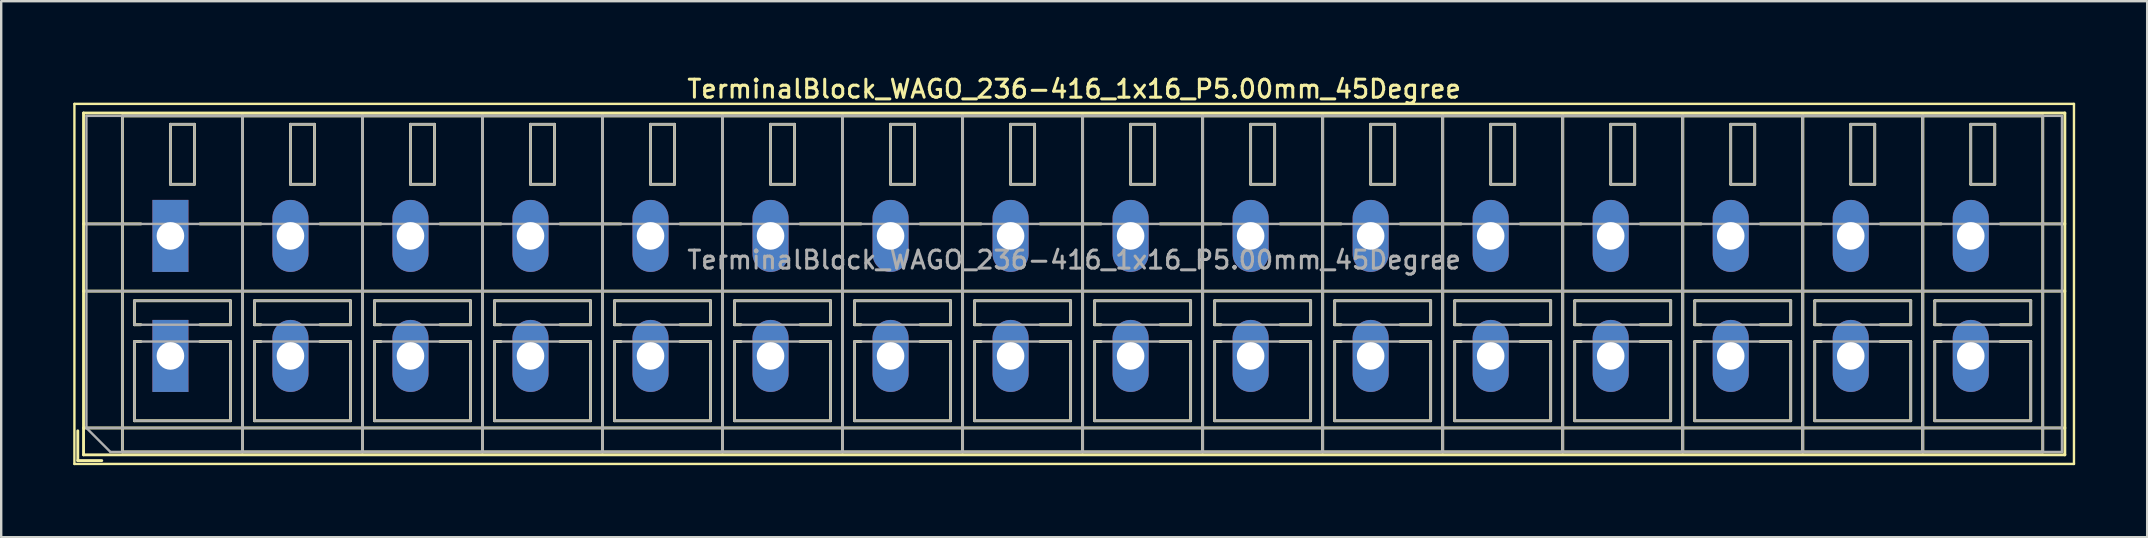
<source format=kicad_pcb>
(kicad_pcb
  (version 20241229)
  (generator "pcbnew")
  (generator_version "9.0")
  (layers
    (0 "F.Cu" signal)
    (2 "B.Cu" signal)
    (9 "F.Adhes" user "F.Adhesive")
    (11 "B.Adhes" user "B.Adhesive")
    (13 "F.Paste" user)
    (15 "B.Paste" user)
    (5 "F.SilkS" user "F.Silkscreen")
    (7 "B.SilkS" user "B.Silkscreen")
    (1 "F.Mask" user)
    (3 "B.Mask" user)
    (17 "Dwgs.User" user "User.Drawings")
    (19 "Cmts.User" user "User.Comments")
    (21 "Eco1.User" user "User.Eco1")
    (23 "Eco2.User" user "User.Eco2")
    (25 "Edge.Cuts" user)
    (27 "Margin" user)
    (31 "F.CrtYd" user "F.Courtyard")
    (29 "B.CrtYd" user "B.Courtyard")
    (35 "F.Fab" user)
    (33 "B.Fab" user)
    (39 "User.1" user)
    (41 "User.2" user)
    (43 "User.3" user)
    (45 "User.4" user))
  (footprint "TerminalBlock_WAGO_236-416_1x16_P5.00mm_45Degree"
    (layer "F.Cu")
    (at 4.05 6.778)
    (property "Reference" "TerminalBlock_WAGO_236-416_1x16_P5.00mm_45Degree" (at 37.65 -6.12 0) (layer "F.SilkS") (effects (font (size 0.75 0.75) (thickness 0.125))))
    (attr through_hole)
    (fp_line (start -4 -5.5) (end -4 9.5) (stroke (width 0.1) (type solid)) (layer "F.SilkS"))
    (fp_line (start -4 9.5) (end 79.3 9.5) (stroke (width 0.1) (type solid)) (layer "F.SilkS"))
    (fp_line (start -3.86 8.12) (end -3.86 9.36) (stroke (width 0.12) (type solid)) (layer "F.SilkS"))
    (fp_line (start -3.86 9.36) (end -2.86 9.36) (stroke (width 0.12) (type solid)) (layer "F.SilkS"))
    (fp_line (start -3.62 -5.12) (end -3.62 9.12) (stroke (width 0.12) (type solid)) (layer "F.SilkS"))
    (fp_line (start -3.62 -5.12) (end 78.92 -5.12) (stroke (width 0.12) (type solid)) (layer "F.SilkS"))
    (fp_line (start -3.62 -0.5) (end -1.23 -0.5) (stroke (width 0.12) (type solid)) (layer "F.SilkS"))
    (fp_line (start -3.62 2.3) (end 78.92 2.3) (stroke (width 0.12) (type solid)) (layer "F.SilkS"))
    (fp_line (start -3.62 8) (end 78.92 8) (stroke (width 0.12) (type solid)) (layer "F.SilkS"))
    (fp_line (start -3.62 9.12) (end 78.92 9.12) (stroke (width 0.12) (type solid)) (layer "F.SilkS"))
    (fp_line (start -2 -5) (end -2 9) (stroke (width 0.12) (type solid)) (layer "F.SilkS"))
    (fp_line (start -2 -5) (end 3 -5) (stroke (width 0.12) (type solid)) (layer "F.SilkS"))
    (fp_line (start -2 9) (end 3 9) (stroke (width 0.12) (type solid)) (layer "F.SilkS"))
    (fp_line (start -1.5 2.7) (end -1.5 3.7) (stroke (width 0.12) (type solid)) (layer "F.SilkS"))
    (fp_line (start -1.5 2.7) (end 2.5 2.7) (stroke (width 0.12) (type solid)) (layer "F.SilkS"))
    (fp_line (start -1.5 3.7) (end -1.23 3.7) (stroke (width 0.12) (type solid)) (layer "F.SilkS"))
    (fp_line (start -1.5 4.4) (end -1.5 7.7) (stroke (width 0.12) (type solid)) (layer "F.SilkS"))
    (fp_line (start -1.5 4.4) (end -1.23 4.4) (stroke (width 0.12) (type solid)) (layer "F.SilkS"))
    (fp_line (start -1.5 7.7) (end 2.5 7.7) (stroke (width 0.12) (type solid)) (layer "F.SilkS"))
    (fp_line (start 0 -4.65) (end 0 -2.151) (stroke (width 0.12) (type solid)) (layer "F.SilkS"))
    (fp_line (start 0 -4.65) (end 1 -4.65) (stroke (width 0.12) (type solid)) (layer "F.SilkS"))
    (fp_line (start 0 -2.151) (end 1 -2.151) (stroke (width 0.12) (type solid)) (layer "F.SilkS"))
    (fp_line (start 1 -4.65) (end 1 -2.151) (stroke (width 0.12) (type solid)) (layer "F.SilkS"))
    (fp_line (start 1.23 -0.5) (end 3.77 -0.5) (stroke (width 0.12) (type solid)) (layer "F.SilkS"))
    (fp_line (start 1.23 3.7) (end 2.5 3.7) (stroke (width 0.12) (type solid)) (layer "F.SilkS"))
    (fp_line (start 1.23 4.4) (end 2.5 4.4) (stroke (width 0.12) (type solid)) (layer "F.SilkS"))
    (fp_line (start 2.5 2.7) (end 2.5 3.7) (stroke (width 0.12) (type solid)) (layer "F.SilkS"))
    (fp_line (start 2.5 4.4) (end 2.5 7.7) (stroke (width 0.12) (type solid)) (layer "F.SilkS"))
    (fp_line (start 3 -5) (end 3 9) (stroke (width 0.12) (type solid)) (layer "F.SilkS"))
    (fp_line (start 3 -5) (end 3 9) (stroke (width 0.12) (type solid)) (layer "F.SilkS"))
    (fp_line (start 3 -5) (end 8 -5) (stroke (width 0.12) (type solid)) (layer "F.SilkS"))
    (fp_line (start 3 9) (end 8 9) (stroke (width 0.12) (type solid)) (layer "F.SilkS"))
    (fp_line (start 3.5 2.7) (end 3.5 3.7) (stroke (width 0.12) (type solid)) (layer "F.SilkS"))
    (fp_line (start 3.5 2.7) (end 7.5 2.7) (stroke (width 0.12) (type solid)) (layer "F.SilkS"))
    (fp_line (start 3.5 3.7) (end 3.77 3.7) (stroke (width 0.12) (type solid)) (layer "F.SilkS"))
    (fp_line (start 3.5 4.4) (end 3.5 7.7) (stroke (width 0.12) (type solid)) (layer "F.SilkS"))
    (fp_line (start 3.5 4.4) (end 3.77 4.4) (stroke (width 0.12) (type solid)) (layer "F.SilkS"))
    (fp_line (start 3.5 7.7) (end 7.5 7.7) (stroke (width 0.12) (type solid)) (layer "F.SilkS"))
    (fp_line (start 5 -4.65) (end 5 -2.151) (stroke (width 0.12) (type solid)) (layer "F.SilkS"))
    (fp_line (start 5 -4.65) (end 6 -4.65) (stroke (width 0.12) (type solid)) (layer "F.SilkS"))
    (fp_line (start 5 -2.151) (end 6 -2.151) (stroke (width 0.12) (type solid)) (layer "F.SilkS"))
    (fp_line (start 6 -4.65) (end 6 -2.151) (stroke (width 0.12) (type solid)) (layer "F.SilkS"))
    (fp_line (start 6.23 -0.5) (end 8.77 -0.5) (stroke (width 0.12) (type solid)) (layer "F.SilkS"))
    (fp_line (start 6.23 3.7) (end 7.5 3.7) (stroke (width 0.12) (type solid)) (layer "F.SilkS"))
    (fp_line (start 6.23 4.4) (end 7.5 4.4) (stroke (width 0.12) (type solid)) (layer "F.SilkS"))
    (fp_line (start 7.5 2.7) (end 7.5 3.7) (stroke (width 0.12) (type solid)) (layer "F.SilkS"))
    (fp_line (start 7.5 4.4) (end 7.5 7.7) (stroke (width 0.12) (type solid)) (layer "F.SilkS"))
    (fp_line (start 8 -5) (end 8 9) (stroke (width 0.12) (type solid)) (layer "F.SilkS"))
    (fp_line (start 8 -5) (end 8 9) (stroke (width 0.12) (type solid)) (layer "F.SilkS"))
    (fp_line (start 8 -5) (end 13 -5) (stroke (width 0.12) (type solid)) (layer "F.SilkS"))
    (fp_line (start 8 9) (end 13 9) (stroke (width 0.12) (type solid)) (layer "F.SilkS"))
    (fp_line (start 8.5 2.7) (end 8.5 3.7) (stroke (width 0.12) (type solid)) (layer "F.SilkS"))
    (fp_line (start 8.5 2.7) (end 12.5 2.7) (stroke (width 0.12) (type solid)) (layer "F.SilkS"))
    (fp_line (start 8.5 3.7) (end 8.77 3.7) (stroke (width 0.12) (type solid)) (layer "F.SilkS"))
    (fp_line (start 8.5 4.4) (end 8.5 7.7) (stroke (width 0.12) (type solid)) (layer "F.SilkS"))
    (fp_line (start 8.5 4.4) (end 8.77 4.4) (stroke (width 0.12) (type solid)) (layer "F.SilkS"))
    (fp_line (start 8.5 7.7) (end 12.5 7.7) (stroke (width 0.12) (type solid)) (layer "F.SilkS"))
    (fp_line (start 10 -4.65) (end 10 -2.151) (stroke (width 0.12) (type solid)) (layer "F.SilkS"))
    (fp_line (start 10 -4.65) (end 11 -4.65) (stroke (width 0.12) (type solid)) (layer "F.SilkS"))
    (fp_line (start 10 -2.151) (end 11 -2.151) (stroke (width 0.12) (type solid)) (layer "F.SilkS"))
    (fp_line (start 11 -4.65) (end 11 -2.151) (stroke (width 0.12) (type solid)) (layer "F.SilkS"))
    (fp_line (start 11.23 -0.5) (end 13.77 -0.5) (stroke (width 0.12) (type solid)) (layer "F.SilkS"))
    (fp_line (start 11.23 3.7) (end 12.5 3.7) (stroke (width 0.12) (type solid)) (layer "F.SilkS"))
    (fp_line (start 11.23 4.4) (end 12.5 4.4) (stroke (width 0.12) (type solid)) (layer "F.SilkS"))
    (fp_line (start 12.5 2.7) (end 12.5 3.7) (stroke (width 0.12) (type solid)) (layer "F.SilkS"))
    (fp_line (start 12.5 4.4) (end 12.5 7.7) (stroke (width 0.12) (type solid)) (layer "F.SilkS"))
    (fp_line (start 13 -5) (end 13 9) (stroke (width 0.12) (type solid)) (layer "F.SilkS"))
    (fp_line (start 13 -5) (end 13 9) (stroke (width 0.12) (type solid)) (layer "F.SilkS"))
    (fp_line (start 13 -5) (end 18 -5) (stroke (width 0.12) (type solid)) (layer "F.SilkS"))
    (fp_line (start 13 9) (end 18 9) (stroke (width 0.12) (type solid)) (layer "F.SilkS"))
    (fp_line (start 13.5 2.7) (end 13.5 3.7) (stroke (width 0.12) (type solid)) (layer "F.SilkS"))
    (fp_line (start 13.5 2.7) (end 17.5 2.7) (stroke (width 0.12) (type solid)) (layer "F.SilkS"))
    (fp_line (start 13.5 3.7) (end 13.77 3.7) (stroke (width 0.12) (type solid)) (layer "F.SilkS"))
    (fp_line (start 13.5 4.4) (end 13.5 7.7) (stroke (width 0.12) (type solid)) (layer "F.SilkS"))
    (fp_line (start 13.5 4.4) (end 13.77 4.4) (stroke (width 0.12) (type solid)) (layer "F.SilkS"))
    (fp_line (start 13.5 7.7) (end 17.5 7.7) (stroke (width 0.12) (type solid)) (layer "F.SilkS"))
    (fp_line (start 15 -4.65) (end 15 -2.151) (stroke (width 0.12) (type solid)) (layer "F.SilkS"))
    (fp_line (start 15 -4.65) (end 16 -4.65) (stroke (width 0.12) (type solid)) (layer "F.SilkS"))
    (fp_line (start 15 -2.151) (end 16 -2.151) (stroke (width 0.12) (type solid)) (layer "F.SilkS"))
    (fp_line (start 16 -4.65) (end 16 -2.151) (stroke (width 0.12) (type solid)) (layer "F.SilkS"))
    (fp_line (start 16.23 -0.5) (end 18.77 -0.5) (stroke (width 0.12) (type solid)) (layer "F.SilkS"))
    (fp_line (start 16.23 3.7) (end 17.5 3.7) (stroke (width 0.12) (type solid)) (layer "F.SilkS"))
    (fp_line (start 16.23 4.4) (end 17.5 4.4) (stroke (width 0.12) (type solid)) (layer "F.SilkS"))
    (fp_line (start 17.5 2.7) (end 17.5 3.7) (stroke (width 0.12) (type solid)) (layer "F.SilkS"))
    (fp_line (start 17.5 4.4) (end 17.5 7.7) (stroke (width 0.12) (type solid)) (layer "F.SilkS"))
    (fp_line (start 18 -5) (end 18 9) (stroke (width 0.12) (type solid)) (layer "F.SilkS"))
    (fp_line (start 18 -5) (end 18 9) (stroke (width 0.12) (type solid)) (layer "F.SilkS"))
    (fp_line (start 18 -5) (end 23 -5) (stroke (width 0.12) (type solid)) (layer "F.SilkS"))
    (fp_line (start 18 9) (end 23 9) (stroke (width 0.12) (type solid)) (layer "F.SilkS"))
    (fp_line (start 18.5 2.7) (end 18.5 3.7) (stroke (width 0.12) (type solid)) (layer "F.SilkS"))
    (fp_line (start 18.5 2.7) (end 22.5 2.7) (stroke (width 0.12) (type solid)) (layer "F.SilkS"))
    (fp_line (start 18.5 3.7) (end 18.77 3.7) (stroke (width 0.12) (type solid)) (layer "F.SilkS"))
    (fp_line (start 18.5 4.4) (end 18.5 7.7) (stroke (width 0.12) (type solid)) (layer "F.SilkS"))
    (fp_line (start 18.5 4.4) (end 18.77 4.4) (stroke (width 0.12) (type solid)) (layer "F.SilkS"))
    (fp_line (start 18.5 7.7) (end 22.5 7.7) (stroke (width 0.12) (type solid)) (layer "F.SilkS"))
    (fp_line (start 20 -4.65) (end 20 -2.151) (stroke (width 0.12) (type solid)) (layer "F.SilkS"))
    (fp_line (start 20 -4.65) (end 21 -4.65) (stroke (width 0.12) (type solid)) (layer "F.SilkS"))
    (fp_line (start 20 -2.151) (end 21 -2.151) (stroke (width 0.12) (type solid)) (layer "F.SilkS"))
    (fp_line (start 21 -4.65) (end 21 -2.151) (stroke (width 0.12) (type solid)) (layer "F.SilkS"))
    (fp_line (start 21.23 -0.5) (end 23.77 -0.5) (stroke (width 0.12) (type solid)) (layer "F.SilkS"))
    (fp_line (start 21.23 3.7) (end 22.5 3.7) (stroke (width 0.12) (type solid)) (layer "F.SilkS"))
    (fp_line (start 21.23 4.4) (end 22.5 4.4) (stroke (width 0.12) (type solid)) (layer "F.SilkS"))
    (fp_line (start 22.5 2.7) (end 22.5 3.7) (stroke (width 0.12) (type solid)) (layer "F.SilkS"))
    (fp_line (start 22.5 4.4) (end 22.5 7.7) (stroke (width 0.12) (type solid)) (layer "F.SilkS"))
    (fp_line (start 23 -5) (end 23 9) (stroke (width 0.12) (type solid)) (layer "F.SilkS"))
    (fp_line (start 23 -5) (end 23 9) (stroke (width 0.12) (type solid)) (layer "F.SilkS"))
    (fp_line (start 23 -5) (end 28 -5) (stroke (width 0.12) (type solid)) (layer "F.SilkS"))
    (fp_line (start 23 9) (end 28 9) (stroke (width 0.12) (type solid)) (layer "F.SilkS"))
    (fp_line (start 23.5 2.7) (end 23.5 3.7) (stroke (width 0.12) (type solid)) (layer "F.SilkS"))
    (fp_line (start 23.5 2.7) (end 27.5 2.7) (stroke (width 0.12) (type solid)) (layer "F.SilkS"))
    (fp_line (start 23.5 3.7) (end 23.77 3.7) (stroke (width 0.12) (type solid)) (layer "F.SilkS"))
    (fp_line (start 23.5 4.4) (end 23.5 7.7) (stroke (width 0.12) (type solid)) (layer "F.SilkS"))
    (fp_line (start 23.5 4.4) (end 23.77 4.4) (stroke (width 0.12) (type solid)) (layer "F.SilkS"))
    (fp_line (start 23.5 7.7) (end 27.5 7.7) (stroke (width 0.12) (type solid)) (layer "F.SilkS"))
    (fp_line (start 25 -4.65) (end 25 -2.151) (stroke (width 0.12) (type solid)) (layer "F.SilkS"))
    (fp_line (start 25 -4.65) (end 26 -4.65) (stroke (width 0.12) (type solid)) (layer "F.SilkS"))
    (fp_line (start 25 -2.151) (end 26 -2.151) (stroke (width 0.12) (type solid)) (layer "F.SilkS"))
    (fp_line (start 26 -4.65) (end 26 -2.151) (stroke (width 0.12) (type solid)) (layer "F.SilkS"))
    (fp_line (start 26.23 -0.5) (end 28.77 -0.5) (stroke (width 0.12) (type solid)) (layer "F.SilkS"))
    (fp_line (start 26.23 3.7) (end 27.5 3.7) (stroke (width 0.12) (type solid)) (layer "F.SilkS"))
    (fp_line (start 26.23 4.4) (end 27.5 4.4) (stroke (width 0.12) (type solid)) (layer "F.SilkS"))
    (fp_line (start 27.5 2.7) (end 27.5 3.7) (stroke (width 0.12) (type solid)) (layer "F.SilkS"))
    (fp_line (start 27.5 4.4) (end 27.5 7.7) (stroke (width 0.12) (type solid)) (layer "F.SilkS"))
    (fp_line (start 28 -5) (end 28 9) (stroke (width 0.12) (type solid)) (layer "F.SilkS"))
    (fp_line (start 28 -5) (end 28 9) (stroke (width 0.12) (type solid)) (layer "F.SilkS"))
    (fp_line (start 28 -5) (end 33 -5) (stroke (width 0.12) (type solid)) (layer "F.SilkS"))
    (fp_line (start 28 9) (end 33 9) (stroke (width 0.12) (type solid)) (layer "F.SilkS"))
    (fp_line (start 28.5 2.7) (end 28.5 3.7) (stroke (width 0.12) (type solid)) (layer "F.SilkS"))
    (fp_line (start 28.5 2.7) (end 32.5 2.7) (stroke (width 0.12) (type solid)) (layer "F.SilkS"))
    (fp_line (start 28.5 3.7) (end 28.77 3.7) (stroke (width 0.12) (type solid)) (layer "F.SilkS"))
    (fp_line (start 28.5 4.4) (end 28.5 7.7) (stroke (width 0.12) (type solid)) (layer "F.SilkS"))
    (fp_line (start 28.5 4.4) (end 28.77 4.4) (stroke (width 0.12) (type solid)) (layer "F.SilkS"))
    (fp_line (start 28.5 7.7) (end 32.5 7.7) (stroke (width 0.12) (type solid)) (layer "F.SilkS"))
    (fp_line (start 30 -4.65) (end 30 -2.151) (stroke (width 0.12) (type solid)) (layer "F.SilkS"))
    (fp_line (start 30 -4.65) (end 31 -4.65) (stroke (width 0.12) (type solid)) (layer "F.SilkS"))
    (fp_line (start 30 -2.151) (end 31 -2.151) (stroke (width 0.12) (type solid)) (layer "F.SilkS"))
    (fp_line (start 31 -4.65) (end 31 -2.151) (stroke (width 0.12) (type solid)) (layer "F.SilkS"))
    (fp_line (start 31.23 -0.5) (end 33.77 -0.5) (stroke (width 0.12) (type solid)) (layer "F.SilkS"))
    (fp_line (start 31.23 3.7) (end 32.5 3.7) (stroke (width 0.12) (type solid)) (layer "F.SilkS"))
    (fp_line (start 31.23 4.4) (end 32.5 4.4) (stroke (width 0.12) (type solid)) (layer "F.SilkS"))
    (fp_line (start 32.5 2.7) (end 32.5 3.7) (stroke (width 0.12) (type solid)) (layer "F.SilkS"))
    (fp_line (start 32.5 4.4) (end 32.5 7.7) (stroke (width 0.12) (type solid)) (layer "F.SilkS"))
    (fp_line (start 33 -5) (end 33 9) (stroke (width 0.12) (type solid)) (layer "F.SilkS"))
    (fp_line (start 33 -5) (end 33 9) (stroke (width 0.12) (type solid)) (layer "F.SilkS"))
    (fp_line (start 33 -5) (end 38 -5) (stroke (width 0.12) (type solid)) (layer "F.SilkS"))
    (fp_line (start 33 9) (end 38 9) (stroke (width 0.12) (type solid)) (layer "F.SilkS"))
    (fp_line (start 33.5 2.7) (end 33.5 3.7) (stroke (width 0.12) (type solid)) (layer "F.SilkS"))
    (fp_line (start 33.5 2.7) (end 37.5 2.7) (stroke (width 0.12) (type solid)) (layer "F.SilkS"))
    (fp_line (start 33.5 3.7) (end 33.77 3.7) (stroke (width 0.12) (type solid)) (layer "F.SilkS"))
    (fp_line (start 33.5 4.4) (end 33.5 7.7) (stroke (width 0.12) (type solid)) (layer "F.SilkS"))
    (fp_line (start 33.5 4.4) (end 33.77 4.4) (stroke (width 0.12) (type solid)) (layer "F.SilkS"))
    (fp_line (start 33.5 7.7) (end 37.5 7.7) (stroke (width 0.12) (type solid)) (layer "F.SilkS"))
    (fp_line (start 35 -4.65) (end 35 -2.151) (stroke (width 0.12) (type solid)) (layer "F.SilkS"))
    (fp_line (start 35 -4.65) (end 36 -4.65) (stroke (width 0.12) (type solid)) (layer "F.SilkS"))
    (fp_line (start 35 -2.151) (end 36 -2.151) (stroke (width 0.12) (type solid)) (layer "F.SilkS"))
    (fp_line (start 36 -4.65) (end 36 -2.151) (stroke (width 0.12) (type solid)) (layer "F.SilkS"))
    (fp_line (start 36.23 -0.5) (end 38.77 -0.5) (stroke (width 0.12) (type solid)) (layer "F.SilkS"))
    (fp_line (start 36.23 3.7) (end 37.5 3.7) (stroke (width 0.12) (type solid)) (layer "F.SilkS"))
    (fp_line (start 36.23 4.4) (end 37.5 4.4) (stroke (width 0.12) (type solid)) (layer "F.SilkS"))
    (fp_line (start 37.5 2.7) (end 37.5 3.7) (stroke (width 0.12) (type solid)) (layer "F.SilkS"))
    (fp_line (start 37.5 4.4) (end 37.5 7.7) (stroke (width 0.12) (type solid)) (layer "F.SilkS"))
    (fp_line (start 38 -5) (end 38 9) (stroke (width 0.12) (type solid)) (layer "F.SilkS"))
    (fp_line (start 38 -5) (end 38 9) (stroke (width 0.12) (type solid)) (layer "F.SilkS"))
    (fp_line (start 38 -5) (end 43 -5) (stroke (width 0.12) (type solid)) (layer "F.SilkS"))
    (fp_line (start 38 9) (end 43 9) (stroke (width 0.12) (type solid)) (layer "F.SilkS"))
    (fp_line (start 38.5 2.7) (end 38.5 3.7) (stroke (width 0.12) (type solid)) (layer "F.SilkS"))
    (fp_line (start 38.5 2.7) (end 42.5 2.7) (stroke (width 0.12) (type solid)) (layer "F.SilkS"))
    (fp_line (start 38.5 3.7) (end 38.77 3.7) (stroke (width 0.12) (type solid)) (layer "F.SilkS"))
    (fp_line (start 38.5 4.4) (end 38.5 7.7) (stroke (width 0.12) (type solid)) (layer "F.SilkS"))
    (fp_line (start 38.5 4.4) (end 38.77 4.4) (stroke (width 0.12) (type solid)) (layer "F.SilkS"))
    (fp_line (start 38.5 7.7) (end 42.5 7.7) (stroke (width 0.12) (type solid)) (layer "F.SilkS"))
    (fp_line (start 40 -4.65) (end 40 -2.151) (stroke (width 0.12) (type solid)) (layer "F.SilkS"))
    (fp_line (start 40 -4.65) (end 41 -4.65) (stroke (width 0.12) (type solid)) (layer "F.SilkS"))
    (fp_line (start 40 -2.151) (end 41 -2.151) (stroke (width 0.12) (type solid)) (layer "F.SilkS"))
    (fp_line (start 41 -4.65) (end 41 -2.151) (stroke (width 0.12) (type solid)) (layer "F.SilkS"))
    (fp_line (start 41.23 -0.5) (end 43.77 -0.5) (stroke (width 0.12) (type solid)) (layer "F.SilkS"))
    (fp_line (start 41.23 3.7) (end 42.5 3.7) (stroke (width 0.12) (type solid)) (layer "F.SilkS"))
    (fp_line (start 41.23 4.4) (end 42.5 4.4) (stroke (width 0.12) (type solid)) (layer "F.SilkS"))
    (fp_line (start 42.5 2.7) (end 42.5 3.7) (stroke (width 0.12) (type solid)) (layer "F.SilkS"))
    (fp_line (start 42.5 4.4) (end 42.5 7.7) (stroke (width 0.12) (type solid)) (layer "F.SilkS"))
    (fp_line (start 43 -5) (end 43 9) (stroke (width 0.12) (type solid)) (layer "F.SilkS"))
    (fp_line (start 43 -5) (end 43 9) (stroke (width 0.12) (type solid)) (layer "F.SilkS"))
    (fp_line (start 43 -5) (end 48 -5) (stroke (width 0.12) (type solid)) (layer "F.SilkS"))
    (fp_line (start 43 9) (end 48 9) (stroke (width 0.12) (type solid)) (layer "F.SilkS"))
    (fp_line (start 43.5 2.7) (end 43.5 3.7) (stroke (width 0.12) (type solid)) (layer "F.SilkS"))
    (fp_line (start 43.5 2.7) (end 47.5 2.7) (stroke (width 0.12) (type solid)) (layer "F.SilkS"))
    (fp_line (start 43.5 3.7) (end 43.77 3.7) (stroke (width 0.12) (type solid)) (layer "F.SilkS"))
    (fp_line (start 43.5 4.4) (end 43.5 7.7) (stroke (width 0.12) (type solid)) (layer "F.SilkS"))
    (fp_line (start 43.5 4.4) (end 43.77 4.4) (stroke (width 0.12) (type solid)) (layer "F.SilkS"))
    (fp_line (start 43.5 7.7) (end 47.5 7.7) (stroke (width 0.12) (type solid)) (layer "F.SilkS"))
    (fp_line (start 45 -4.65) (end 45 -2.151) (stroke (width 0.12) (type solid)) (layer "F.SilkS"))
    (fp_line (start 45 -4.65) (end 46 -4.65) (stroke (width 0.12) (type solid)) (layer "F.SilkS"))
    (fp_line (start 45 -2.151) (end 46 -2.151) (stroke (width 0.12) (type solid)) (layer "F.SilkS"))
    (fp_line (start 46 -4.65) (end 46 -2.151) (stroke (width 0.12) (type solid)) (layer "F.SilkS"))
    (fp_line (start 46.23 -0.5) (end 48.77 -0.5) (stroke (width 0.12) (type solid)) (layer "F.SilkS"))
    (fp_line (start 46.23 3.7) (end 47.5 3.7) (stroke (width 0.12) (type solid)) (layer "F.SilkS"))
    (fp_line (start 46.23 4.4) (end 47.5 4.4) (stroke (width 0.12) (type solid)) (layer "F.SilkS"))
    (fp_line (start 47.5 2.7) (end 47.5 3.7) (stroke (width 0.12) (type solid)) (layer "F.SilkS"))
    (fp_line (start 47.5 4.4) (end 47.5 7.7) (stroke (width 0.12) (type solid)) (layer "F.SilkS"))
    (fp_line (start 48 -5) (end 48 9) (stroke (width 0.12) (type solid)) (layer "F.SilkS"))
    (fp_line (start 48 -5) (end 48 9) (stroke (width 0.12) (type solid)) (layer "F.SilkS"))
    (fp_line (start 48 -5) (end 53 -5) (stroke (width 0.12) (type solid)) (layer "F.SilkS"))
    (fp_line (start 48 9) (end 53 9) (stroke (width 0.12) (type solid)) (layer "F.SilkS"))
    (fp_line (start 48.5 2.7) (end 48.5 3.7) (stroke (width 0.12) (type solid)) (layer "F.SilkS"))
    (fp_line (start 48.5 2.7) (end 52.5 2.7) (stroke (width 0.12) (type solid)) (layer "F.SilkS"))
    (fp_line (start 48.5 3.7) (end 48.77 3.7) (stroke (width 0.12) (type solid)) (layer "F.SilkS"))
    (fp_line (start 48.5 4.4) (end 48.5 7.7) (stroke (width 0.12) (type solid)) (layer "F.SilkS"))
    (fp_line (start 48.5 4.4) (end 48.77 4.4) (stroke (width 0.12) (type solid)) (layer "F.SilkS"))
    (fp_line (start 48.5 7.7) (end 52.5 7.7) (stroke (width 0.12) (type solid)) (layer "F.SilkS"))
    (fp_line (start 50 -4.65) (end 50 -2.151) (stroke (width 0.12) (type solid)) (layer "F.SilkS"))
    (fp_line (start 50 -4.65) (end 51 -4.65) (stroke (width 0.12) (type solid)) (layer "F.SilkS"))
    (fp_line (start 50 -2.151) (end 51 -2.151) (stroke (width 0.12) (type solid)) (layer "F.SilkS"))
    (fp_line (start 51 -4.65) (end 51 -2.151) (stroke (width 0.12) (type solid)) (layer "F.SilkS"))
    (fp_line (start 51.23 -0.5) (end 53.77 -0.5) (stroke (width 0.12) (type solid)) (layer "F.SilkS"))
    (fp_line (start 51.23 3.7) (end 52.5 3.7) (stroke (width 0.12) (type solid)) (layer "F.SilkS"))
    (fp_line (start 51.23 4.4) (end 52.5 4.4) (stroke (width 0.12) (type solid)) (layer "F.SilkS"))
    (fp_line (start 52.5 2.7) (end 52.5 3.7) (stroke (width 0.12) (type solid)) (layer "F.SilkS"))
    (fp_line (start 52.5 4.4) (end 52.5 7.7) (stroke (width 0.12) (type solid)) (layer "F.SilkS"))
    (fp_line (start 53 -5) (end 53 9) (stroke (width 0.12) (type solid)) (layer "F.SilkS"))
    (fp_line (start 53 -5) (end 53 9) (stroke (width 0.12) (type solid)) (layer "F.SilkS"))
    (fp_line (start 53 -5) (end 58 -5) (stroke (width 0.12) (type solid)) (layer "F.SilkS"))
    (fp_line (start 53 9) (end 58 9) (stroke (width 0.12) (type solid)) (layer "F.SilkS"))
    (fp_line (start 53.5 2.7) (end 53.5 3.7) (stroke (width 0.12) (type solid)) (layer "F.SilkS"))
    (fp_line (start 53.5 2.7) (end 57.5 2.7) (stroke (width 0.12) (type solid)) (layer "F.SilkS"))
    (fp_line (start 53.5 3.7) (end 53.77 3.7) (stroke (width 0.12) (type solid)) (layer "F.SilkS"))
    (fp_line (start 53.5 4.4) (end 53.5 7.7) (stroke (width 0.12) (type solid)) (layer "F.SilkS"))
    (fp_line (start 53.5 4.4) (end 53.77 4.4) (stroke (width 0.12) (type solid)) (layer "F.SilkS"))
    (fp_line (start 53.5 7.7) (end 57.5 7.7) (stroke (width 0.12) (type solid)) (layer "F.SilkS"))
    (fp_line (start 55 -4.65) (end 55 -2.151) (stroke (width 0.12) (type solid)) (layer "F.SilkS"))
    (fp_line (start 55 -4.65) (end 56 -4.65) (stroke (width 0.12) (type solid)) (layer "F.SilkS"))
    (fp_line (start 55 -2.151) (end 56 -2.151) (stroke (width 0.12) (type solid)) (layer "F.SilkS"))
    (fp_line (start 56 -4.65) (end 56 -2.151) (stroke (width 0.12) (type solid)) (layer "F.SilkS"))
    (fp_line (start 56.23 -0.5) (end 58.77 -0.5) (stroke (width 0.12) (type solid)) (layer "F.SilkS"))
    (fp_line (start 56.23 3.7) (end 57.5 3.7) (stroke (width 0.12) (type solid)) (layer "F.SilkS"))
    (fp_line (start 56.23 4.4) (end 57.5 4.4) (stroke (width 0.12) (type solid)) (layer "F.SilkS"))
    (fp_line (start 57.5 2.7) (end 57.5 3.7) (stroke (width 0.12) (type solid)) (layer "F.SilkS"))
    (fp_line (start 57.5 4.4) (end 57.5 7.7) (stroke (width 0.12) (type solid)) (layer "F.SilkS"))
    (fp_line (start 58 -5) (end 58 9) (stroke (width 0.12) (type solid)) (layer "F.SilkS"))
    (fp_line (start 58 -5) (end 58 9) (stroke (width 0.12) (type solid)) (layer "F.SilkS"))
    (fp_line (start 58 -5) (end 63 -5) (stroke (width 0.12) (type solid)) (layer "F.SilkS"))
    (fp_line (start 58 9) (end 63 9) (stroke (width 0.12) (type solid)) (layer "F.SilkS"))
    (fp_line (start 58.5 2.7) (end 58.5 3.7) (stroke (width 0.12) (type solid)) (layer "F.SilkS"))
    (fp_line (start 58.5 2.7) (end 62.5 2.7) (stroke (width 0.12) (type solid)) (layer "F.SilkS"))
    (fp_line (start 58.5 3.7) (end 58.77 3.7) (stroke (width 0.12) (type solid)) (layer "F.SilkS"))
    (fp_line (start 58.5 4.4) (end 58.5 7.7) (stroke (width 0.12) (type solid)) (layer "F.SilkS"))
    (fp_line (start 58.5 4.4) (end 58.77 4.4) (stroke (width 0.12) (type solid)) (layer "F.SilkS"))
    (fp_line (start 58.5 7.7) (end 62.5 7.7) (stroke (width 0.12) (type solid)) (layer "F.SilkS"))
    (fp_line (start 60 -4.65) (end 60 -2.151) (stroke (width 0.12) (type solid)) (layer "F.SilkS"))
    (fp_line (start 60 -4.65) (end 61 -4.65) (stroke (width 0.12) (type solid)) (layer "F.SilkS"))
    (fp_line (start 60 -2.151) (end 61 -2.151) (stroke (width 0.12) (type solid)) (layer "F.SilkS"))
    (fp_line (start 61 -4.65) (end 61 -2.151) (stroke (width 0.12) (type solid)) (layer "F.SilkS"))
    (fp_line (start 61.23 -0.5) (end 63.77 -0.5) (stroke (width 0.12) (type solid)) (layer "F.SilkS"))
    (fp_line (start 61.23 3.7) (end 62.5 3.7) (stroke (width 0.12) (type solid)) (layer "F.SilkS"))
    (fp_line (start 61.23 4.4) (end 62.5 4.4) (stroke (width 0.12) (type solid)) (layer "F.SilkS"))
    (fp_line (start 62.5 2.7) (end 62.5 3.7) (stroke (width 0.12) (type solid)) (layer "F.SilkS"))
    (fp_line (start 62.5 4.4) (end 62.5 7.7) (stroke (width 0.12) (type solid)) (layer "F.SilkS"))
    (fp_line (start 63 -5) (end 63 9) (stroke (width 0.12) (type solid)) (layer "F.SilkS"))
    (fp_line (start 63 -5) (end 63 9) (stroke (width 0.12) (type solid)) (layer "F.SilkS"))
    (fp_line (start 63 -5) (end 68 -5) (stroke (width 0.12) (type solid)) (layer "F.SilkS"))
    (fp_line (start 63 9) (end 68 9) (stroke (width 0.12) (type solid)) (layer "F.SilkS"))
    (fp_line (start 63.5 2.7) (end 63.5 3.7) (stroke (width 0.12) (type solid)) (layer "F.SilkS"))
    (fp_line (start 63.5 2.7) (end 67.5 2.7) (stroke (width 0.12) (type solid)) (layer "F.SilkS"))
    (fp_line (start 63.5 3.7) (end 63.77 3.7) (stroke (width 0.12) (type solid)) (layer "F.SilkS"))
    (fp_line (start 63.5 4.4) (end 63.5 7.7) (stroke (width 0.12) (type solid)) (layer "F.SilkS"))
    (fp_line (start 63.5 4.4) (end 63.77 4.4) (stroke (width 0.12) (type solid)) (layer "F.SilkS"))
    (fp_line (start 63.5 7.7) (end 67.5 7.7) (stroke (width 0.12) (type solid)) (layer "F.SilkS"))
    (fp_line (start 65 -4.65) (end 65 -2.151) (stroke (width 0.12) (type solid)) (layer "F.SilkS"))
    (fp_line (start 65 -4.65) (end 66 -4.65) (stroke (width 0.12) (type solid)) (layer "F.SilkS"))
    (fp_line (start 65 -2.151) (end 66 -2.151) (stroke (width 0.12) (type solid)) (layer "F.SilkS"))
    (fp_line (start 66 -4.65) (end 66 -2.151) (stroke (width 0.12) (type solid)) (layer "F.SilkS"))
    (fp_line (start 66.23 -0.5) (end 68.77 -0.5) (stroke (width 0.12) (type solid)) (layer "F.SilkS"))
    (fp_line (start 66.23 3.7) (end 67.5 3.7) (stroke (width 0.12) (type solid)) (layer "F.SilkS"))
    (fp_line (start 66.23 4.4) (end 67.5 4.4) (stroke (width 0.12) (type solid)) (layer "F.SilkS"))
    (fp_line (start 67.5 2.7) (end 67.5 3.7) (stroke (width 0.12) (type solid)) (layer "F.SilkS"))
    (fp_line (start 67.5 4.4) (end 67.5 7.7) (stroke (width 0.12) (type solid)) (layer "F.SilkS"))
    (fp_line (start 68 -5) (end 68 9) (stroke (width 0.12) (type solid)) (layer "F.SilkS"))
    (fp_line (start 68 -5) (end 68 9) (stroke (width 0.12) (type solid)) (layer "F.SilkS"))
    (fp_line (start 68 -5) (end 73 -5) (stroke (width 0.12) (type solid)) (layer "F.SilkS"))
    (fp_line (start 68 9) (end 73 9) (stroke (width 0.12) (type solid)) (layer "F.SilkS"))
    (fp_line (start 68.5 2.7) (end 68.5 3.7) (stroke (width 0.12) (type solid)) (layer "F.SilkS"))
    (fp_line (start 68.5 2.7) (end 72.5 2.7) (stroke (width 0.12) (type solid)) (layer "F.SilkS"))
    (fp_line (start 68.5 3.7) (end 68.77 3.7) (stroke (width 0.12) (type solid)) (layer "F.SilkS"))
    (fp_line (start 68.5 4.4) (end 68.5 7.7) (stroke (width 0.12) (type solid)) (layer "F.SilkS"))
    (fp_line (start 68.5 4.4) (end 68.77 4.4) (stroke (width 0.12) (type solid)) (layer "F.SilkS"))
    (fp_line (start 68.5 7.7) (end 72.5 7.7) (stroke (width 0.12) (type solid)) (layer "F.SilkS"))
    (fp_line (start 70 -4.65) (end 70 -2.151) (stroke (width 0.12) (type solid)) (layer "F.SilkS"))
    (fp_line (start 70 -4.65) (end 71 -4.65) (stroke (width 0.12) (type solid)) (layer "F.SilkS"))
    (fp_line (start 70 -2.151) (end 71 -2.151) (stroke (width 0.12) (type solid)) (layer "F.SilkS"))
    (fp_line (start 71 -4.65) (end 71 -2.151) (stroke (width 0.12) (type solid)) (layer "F.SilkS"))
    (fp_line (start 71.23 -0.5) (end 73.77 -0.5) (stroke (width 0.12) (type solid)) (layer "F.SilkS"))
    (fp_line (start 71.23 3.7) (end 72.5 3.7) (stroke (width 0.12) (type solid)) (layer "F.SilkS"))
    (fp_line (start 71.23 4.4) (end 72.5 4.4) (stroke (width 0.12) (type solid)) (layer "F.SilkS"))
    (fp_line (start 72.5 2.7) (end 72.5 3.7) (stroke (width 0.12) (type solid)) (layer "F.SilkS"))
    (fp_line (start 72.5 4.4) (end 72.5 7.7) (stroke (width 0.12) (type solid)) (layer "F.SilkS"))
    (fp_line (start 73 -5) (end 73 9) (stroke (width 0.12) (type solid)) (layer "F.SilkS"))
    (fp_line (start 73 -5) (end 73 9) (stroke (width 0.12) (type solid)) (layer "F.SilkS"))
    (fp_line (start 73 -5) (end 78 -5) (stroke (width 0.12) (type solid)) (layer "F.SilkS"))
    (fp_line (start 73 9) (end 78 9) (stroke (width 0.12) (type solid)) (layer "F.SilkS"))
    (fp_line (start 73.5 2.7) (end 73.5 3.7) (stroke (width 0.12) (type solid)) (layer "F.SilkS"))
    (fp_line (start 73.5 2.7) (end 77.5 2.7) (stroke (width 0.12) (type solid)) (layer "F.SilkS"))
    (fp_line (start 73.5 3.7) (end 73.77 3.7) (stroke (width 0.12) (type solid)) (layer "F.SilkS"))
    (fp_line (start 73.5 4.4) (end 73.5 7.7) (stroke (width 0.12) (type solid)) (layer "F.SilkS"))
    (fp_line (start 73.5 4.4) (end 73.77 4.4) (stroke (width 0.12) (type solid)) (layer "F.SilkS"))
    (fp_line (start 73.5 7.7) (end 77.5 7.7) (stroke (width 0.12) (type solid)) (layer "F.SilkS"))
    (fp_line (start 75 -4.65) (end 75 -2.151) (stroke (width 0.12) (type solid)) (layer "F.SilkS"))
    (fp_line (start 75 -4.65) (end 76 -4.65) (stroke (width 0.12) (type solid)) (layer "F.SilkS"))
    (fp_line (start 75 -2.151) (end 76 -2.151) (stroke (width 0.12) (type solid)) (layer "F.SilkS"))
    (fp_line (start 76 -4.65) (end 76 -2.151) (stroke (width 0.12) (type solid)) (layer "F.SilkS"))
    (fp_line (start 76.23 -0.5) (end 78.92 -0.5) (stroke (width 0.12) (type solid)) (layer "F.SilkS"))
    (fp_line (start 76.23 3.7) (end 77.5 3.7) (stroke (width 0.12) (type solid)) (layer "F.SilkS"))
    (fp_line (start 76.23 4.4) (end 77.5 4.4) (stroke (width 0.12) (type solid)) (layer "F.SilkS"))
    (fp_line (start 77.5 2.7) (end 77.5 3.7) (stroke (width 0.12) (type solid)) (layer "F.SilkS"))
    (fp_line (start 77.5 4.4) (end 77.5 7.7) (stroke (width 0.12) (type solid)) (layer "F.SilkS"))
    (fp_line (start 78 -5) (end 78 9) (stroke (width 0.12) (type solid)) (layer "F.SilkS"))
    (fp_line (start 78.92 -5.12) (end 78.92 9.12) (stroke (width 0.12) (type solid)) (layer "F.SilkS"))
    (fp_line (start 79.3 -5.5) (end -4 -5.5) (stroke (width 0.1) (type solid)) (layer "F.SilkS"))
    (fp_line (start 79.3 9.5) (end 79.3 -5.5) (stroke (width 0.1) (type solid)) (layer "F.SilkS"))
    (fp_line (start -3.5 -5) (end 78.8 -5) (stroke (width 0.1) (type solid)) (layer "F.Fab"))
    (fp_line (start -3.5 -0.5) (end 78.8 -0.5) (stroke (width 0.1) (type solid)) (layer "F.Fab"))
    (fp_line (start -3.5 2.3) (end 78.8 2.3) (stroke (width 0.1) (type solid)) (layer "F.Fab"))
    (fp_line (start -3.5 8) (end -3.5 -5) (stroke (width 0.1) (type solid)) (layer "F.Fab"))
    (fp_line (start -3.5 8) (end 78.8 8) (stroke (width 0.1) (type solid)) (layer "F.Fab"))
    (fp_line (start -2.5 9) (end -3.5 8) (stroke (width 0.1) (type solid)) (layer "F.Fab"))
    (fp_line (start -2 -5) (end -2 9) (stroke (width 0.1) (type solid)) (layer "F.Fab"))
    (fp_line (start -2 9) (end 3 9) (stroke (width 0.1) (type solid)) (layer "F.Fab"))
    (fp_line (start -1.5 2.7) (end -1.5 3.7) (stroke (width 0.1) (type solid)) (layer "F.Fab"))
    (fp_line (start -1.5 3.7) (end 2.5 3.7) (stroke (width 0.1) (type solid)) (layer "F.Fab"))
    (fp_line (start -1.5 4.4) (end -1.5 7.7) (stroke (width 0.1) (type solid)) (layer "F.Fab"))
    (fp_line (start -1.5 7.7) (end 2.5 7.7) (stroke (width 0.1) (type solid)) (layer "F.Fab"))
    (fp_line (start 0 -4.65) (end 0 -2.15) (stroke (width 0.1) (type solid)) (layer "F.Fab"))
    (fp_line (start 0 -2.15) (end 1 -2.15) (stroke (width 0.1) (type solid)) (layer "F.Fab"))
    (fp_line (start 1 -4.65) (end 0 -4.65) (stroke (width 0.1) (type solid)) (layer "F.Fab"))
    (fp_line (start 1 -2.15) (end 1 -4.65) (stroke (width 0.1) (type solid)) (layer "F.Fab"))
    (fp_line (start 2.5 2.7) (end -1.5 2.7) (stroke (width 0.1) (type solid)) (layer "F.Fab"))
    (fp_line (start 2.5 3.7) (end 2.5 2.7) (stroke (width 0.1) (type solid)) (layer "F.Fab"))
    (fp_line (start 2.5 4.4) (end -1.5 4.4) (stroke (width 0.1) (type solid)) (layer "F.Fab"))
    (fp_line (start 2.5 7.7) (end 2.5 4.4) (stroke (width 0.1) (type solid)) (layer "F.Fab"))
    (fp_line (start 3 -5) (end -2 -5) (stroke (width 0.1) (type solid)) (layer "F.Fab"))
    (fp_line (start 3 -5) (end 3 9) (stroke (width 0.1) (type solid)) (layer "F.Fab"))
    (fp_line (start 3 9) (end 3 -5) (stroke (width 0.1) (type solid)) (layer "F.Fab"))
    (fp_line (start 3 9) (end 8 9) (stroke (width 0.1) (type solid)) (layer "F.Fab"))
    (fp_line (start 3.5 2.7) (end 3.5 3.7) (stroke (width 0.1) (type solid)) (layer "F.Fab"))
    (fp_line (start 3.5 3.7) (end 7.5 3.7) (stroke (width 0.1) (type solid)) (layer "F.Fab"))
    (fp_line (start 3.5 4.4) (end 3.5 7.7) (stroke (width 0.1) (type solid)) (layer "F.Fab"))
    (fp_line (start 3.5 7.7) (end 7.5 7.7) (stroke (width 0.1) (type solid)) (layer "F.Fab"))
    (fp_line (start 5 -4.65) (end 5 -2.15) (stroke (width 0.1) (type solid)) (layer "F.Fab"))
    (fp_line (start 5 -2.15) (end 6 -2.15) (stroke (width 0.1) (type solid)) (layer "F.Fab"))
    (fp_line (start 6 -4.65) (end 5 -4.65) (stroke (width 0.1) (type solid)) (layer "F.Fab"))
    (fp_line (start 6 -2.15) (end 6 -4.65) (stroke (width 0.1) (type solid)) (layer "F.Fab"))
    (fp_line (start 7.5 2.7) (end 3.5 2.7) (stroke (width 0.1) (type solid)) (layer "F.Fab"))
    (fp_line (start 7.5 3.7) (end 7.5 2.7) (stroke (width 0.1) (type solid)) (layer "F.Fab"))
    (fp_line (start 7.5 4.4) (end 3.5 4.4) (stroke (width 0.1) (type solid)) (layer "F.Fab"))
    (fp_line (start 7.5 7.7) (end 7.5 4.4) (stroke (width 0.1) (type solid)) (layer "F.Fab"))
    (fp_line (start 8 -5) (end 3 -5) (stroke (width 0.1) (type solid)) (layer "F.Fab"))
    (fp_line (start 8 -5) (end 8 9) (stroke (width 0.1) (type solid)) (layer "F.Fab"))
    (fp_line (start 8 9) (end 8 -5) (stroke (width 0.1) (type solid)) (layer "F.Fab"))
    (fp_line (start 8 9) (end 13 9) (stroke (width 0.1) (type solid)) (layer "F.Fab"))
    (fp_line (start 8.5 2.7) (end 8.5 3.7) (stroke (width 0.1) (type solid)) (layer "F.Fab"))
    (fp_line (start 8.5 3.7) (end 12.5 3.7) (stroke (width 0.1) (type solid)) (layer "F.Fab"))
    (fp_line (start 8.5 4.4) (end 8.5 7.7) (stroke (width 0.1) (type solid)) (layer "F.Fab"))
    (fp_line (start 8.5 7.7) (end 12.5 7.7) (stroke (width 0.1) (type solid)) (layer "F.Fab"))
    (fp_line (start 10 -4.65) (end 10 -2.15) (stroke (width 0.1) (type solid)) (layer "F.Fab"))
    (fp_line (start 10 -2.15) (end 11 -2.15) (stroke (width 0.1) (type solid)) (layer "F.Fab"))
    (fp_line (start 11 -4.65) (end 10 -4.65) (stroke (width 0.1) (type solid)) (layer "F.Fab"))
    (fp_line (start 11 -2.15) (end 11 -4.65) (stroke (width 0.1) (type solid)) (layer "F.Fab"))
    (fp_line (start 12.5 2.7) (end 8.5 2.7) (stroke (width 0.1) (type solid)) (layer "F.Fab"))
    (fp_line (start 12.5 3.7) (end 12.5 2.7) (stroke (width 0.1) (type solid)) (layer "F.Fab"))
    (fp_line (start 12.5 4.4) (end 8.5 4.4) (stroke (width 0.1) (type solid)) (layer "F.Fab"))
    (fp_line (start 12.5 7.7) (end 12.5 4.4) (stroke (width 0.1) (type solid)) (layer "F.Fab"))
    (fp_line (start 13 -5) (end 8 -5) (stroke (width 0.1) (type solid)) (layer "F.Fab"))
    (fp_line (start 13 -5) (end 13 9) (stroke (width 0.1) (type solid)) (layer "F.Fab"))
    (fp_line (start 13 9) (end 13 -5) (stroke (width 0.1) (type solid)) (layer "F.Fab"))
    (fp_line (start 13 9) (end 18 9) (stroke (width 0.1) (type solid)) (layer "F.Fab"))
    (fp_line (start 13.5 2.7) (end 13.5 3.7) (stroke (width 0.1) (type solid)) (layer "F.Fab"))
    (fp_line (start 13.5 3.7) (end 17.5 3.7) (stroke (width 0.1) (type solid)) (layer "F.Fab"))
    (fp_line (start 13.5 4.4) (end 13.5 7.7) (stroke (width 0.1) (type solid)) (layer "F.Fab"))
    (fp_line (start 13.5 7.7) (end 17.5 7.7) (stroke (width 0.1) (type solid)) (layer "F.Fab"))
    (fp_line (start 15 -4.65) (end 15 -2.15) (stroke (width 0.1) (type solid)) (layer "F.Fab"))
    (fp_line (start 15 -2.15) (end 16 -2.15) (stroke (width 0.1) (type solid)) (layer "F.Fab"))
    (fp_line (start 16 -4.65) (end 15 -4.65) (stroke (width 0.1) (type solid)) (layer "F.Fab"))
    (fp_line (start 16 -2.15) (end 16 -4.65) (stroke (width 0.1) (type solid)) (layer "F.Fab"))
    (fp_line (start 17.5 2.7) (end 13.5 2.7) (stroke (width 0.1) (type solid)) (layer "F.Fab"))
    (fp_line (start 17.5 3.7) (end 17.5 2.7) (stroke (width 0.1) (type solid)) (layer "F.Fab"))
    (fp_line (start 17.5 4.4) (end 13.5 4.4) (stroke (width 0.1) (type solid)) (layer "F.Fab"))
    (fp_line (start 17.5 7.7) (end 17.5 4.4) (stroke (width 0.1) (type solid)) (layer "F.Fab"))
    (fp_line (start 18 -5) (end 13 -5) (stroke (width 0.1) (type solid)) (layer "F.Fab"))
    (fp_line (start 18 -5) (end 18 9) (stroke (width 0.1) (type solid)) (layer "F.Fab"))
    (fp_line (start 18 9) (end 18 -5) (stroke (width 0.1) (type solid)) (layer "F.Fab"))
    (fp_line (start 18 9) (end 23 9) (stroke (width 0.1) (type solid)) (layer "F.Fab"))
    (fp_line (start 18.5 2.7) (end 18.5 3.7) (stroke (width 0.1) (type solid)) (layer "F.Fab"))
    (fp_line (start 18.5 3.7) (end 22.5 3.7) (stroke (width 0.1) (type solid)) (layer "F.Fab"))
    (fp_line (start 18.5 4.4) (end 18.5 7.7) (stroke (width 0.1) (type solid)) (layer "F.Fab"))
    (fp_line (start 18.5 7.7) (end 22.5 7.7) (stroke (width 0.1) (type solid)) (layer "F.Fab"))
    (fp_line (start 20 -4.65) (end 20 -2.15) (stroke (width 0.1) (type solid)) (layer "F.Fab"))
    (fp_line (start 20 -2.15) (end 21 -2.15) (stroke (width 0.1) (type solid)) (layer "F.Fab"))
    (fp_line (start 21 -4.65) (end 20 -4.65) (stroke (width 0.1) (type solid)) (layer "F.Fab"))
    (fp_line (start 21 -2.15) (end 21 -4.65) (stroke (width 0.1) (type solid)) (layer "F.Fab"))
    (fp_line (start 22.5 2.7) (end 18.5 2.7) (stroke (width 0.1) (type solid)) (layer "F.Fab"))
    (fp_line (start 22.5 3.7) (end 22.5 2.7) (stroke (width 0.1) (type solid)) (layer "F.Fab"))
    (fp_line (start 22.5 4.4) (end 18.5 4.4) (stroke (width 0.1) (type solid)) (layer "F.Fab"))
    (fp_line (start 22.5 7.7) (end 22.5 4.4) (stroke (width 0.1) (type solid)) (layer "F.Fab"))
    (fp_line (start 23 -5) (end 18 -5) (stroke (width 0.1) (type solid)) (layer "F.Fab"))
    (fp_line (start 23 -5) (end 23 9) (stroke (width 0.1) (type solid)) (layer "F.Fab"))
    (fp_line (start 23 9) (end 23 -5) (stroke (width 0.1) (type solid)) (layer "F.Fab"))
    (fp_line (start 23 9) (end 28 9) (stroke (width 0.1) (type solid)) (layer "F.Fab"))
    (fp_line (start 23.5 2.7) (end 23.5 3.7) (stroke (width 0.1) (type solid)) (layer "F.Fab"))
    (fp_line (start 23.5 3.7) (end 27.5 3.7) (stroke (width 0.1) (type solid)) (layer "F.Fab"))
    (fp_line (start 23.5 4.4) (end 23.5 7.7) (stroke (width 0.1) (type solid)) (layer "F.Fab"))
    (fp_line (start 23.5 7.7) (end 27.5 7.7) (stroke (width 0.1) (type solid)) (layer "F.Fab"))
    (fp_line (start 25 -4.65) (end 25 -2.15) (stroke (width 0.1) (type solid)) (layer "F.Fab"))
    (fp_line (start 25 -2.15) (end 26 -2.15) (stroke (width 0.1) (type solid)) (layer "F.Fab"))
    (fp_line (start 26 -4.65) (end 25 -4.65) (stroke (width 0.1) (type solid)) (layer "F.Fab"))
    (fp_line (start 26 -2.15) (end 26 -4.65) (stroke (width 0.1) (type solid)) (layer "F.Fab"))
    (fp_line (start 27.5 2.7) (end 23.5 2.7) (stroke (width 0.1) (type solid)) (layer "F.Fab"))
    (fp_line (start 27.5 3.7) (end 27.5 2.7) (stroke (width 0.1) (type solid)) (layer "F.Fab"))
    (fp_line (start 27.5 4.4) (end 23.5 4.4) (stroke (width 0.1) (type solid)) (layer "F.Fab"))
    (fp_line (start 27.5 7.7) (end 27.5 4.4) (stroke (width 0.1) (type solid)) (layer "F.Fab"))
    (fp_line (start 28 -5) (end 23 -5) (stroke (width 0.1) (type solid)) (layer "F.Fab"))
    (fp_line (start 28 -5) (end 28 9) (stroke (width 0.1) (type solid)) (layer "F.Fab"))
    (fp_line (start 28 9) (end 28 -5) (stroke (width 0.1) (type solid)) (layer "F.Fab"))
    (fp_line (start 28 9) (end 33 9) (stroke (width 0.1) (type solid)) (layer "F.Fab"))
    (fp_line (start 28.5 2.7) (end 28.5 3.7) (stroke (width 0.1) (type solid)) (layer "F.Fab"))
    (fp_line (start 28.5 3.7) (end 32.5 3.7) (stroke (width 0.1) (type solid)) (layer "F.Fab"))
    (fp_line (start 28.5 4.4) (end 28.5 7.7) (stroke (width 0.1) (type solid)) (layer "F.Fab"))
    (fp_line (start 28.5 7.7) (end 32.5 7.7) (stroke (width 0.1) (type solid)) (layer "F.Fab"))
    (fp_line (start 30 -4.65) (end 30 -2.15) (stroke (width 0.1) (type solid)) (layer "F.Fab"))
    (fp_line (start 30 -2.15) (end 31 -2.15) (stroke (width 0.1) (type solid)) (layer "F.Fab"))
    (fp_line (start 31 -4.65) (end 30 -4.65) (stroke (width 0.1) (type solid)) (layer "F.Fab"))
    (fp_line (start 31 -2.15) (end 31 -4.65) (stroke (width 0.1) (type solid)) (layer "F.Fab"))
    (fp_line (start 32.5 2.7) (end 28.5 2.7) (stroke (width 0.1) (type solid)) (layer "F.Fab"))
    (fp_line (start 32.5 3.7) (end 32.5 2.7) (stroke (width 0.1) (type solid)) (layer "F.Fab"))
    (fp_line (start 32.5 4.4) (end 28.5 4.4) (stroke (width 0.1) (type solid)) (layer "F.Fab"))
    (fp_line (start 32.5 7.7) (end 32.5 4.4) (stroke (width 0.1) (type solid)) (layer "F.Fab"))
    (fp_line (start 33 -5) (end 28 -5) (stroke (width 0.1) (type solid)) (layer "F.Fab"))
    (fp_line (start 33 -5) (end 33 9) (stroke (width 0.1) (type solid)) (layer "F.Fab"))
    (fp_line (start 33 9) (end 33 -5) (stroke (width 0.1) (type solid)) (layer "F.Fab"))
    (fp_line (start 33 9) (end 38 9) (stroke (width 0.1) (type solid)) (layer "F.Fab"))
    (fp_line (start 33.5 2.7) (end 33.5 3.7) (stroke (width 0.1) (type solid)) (layer "F.Fab"))
    (fp_line (start 33.5 3.7) (end 37.5 3.7) (stroke (width 0.1) (type solid)) (layer "F.Fab"))
    (fp_line (start 33.5 4.4) (end 33.5 7.7) (stroke (width 0.1) (type solid)) (layer "F.Fab"))
    (fp_line (start 33.5 7.7) (end 37.5 7.7) (stroke (width 0.1) (type solid)) (layer "F.Fab"))
    (fp_line (start 35 -4.65) (end 35 -2.15) (stroke (width 0.1) (type solid)) (layer "F.Fab"))
    (fp_line (start 35 -2.15) (end 36 -2.15) (stroke (width 0.1) (type solid)) (layer "F.Fab"))
    (fp_line (start 36 -4.65) (end 35 -4.65) (stroke (width 0.1) (type solid)) (layer "F.Fab"))
    (fp_line (start 36 -2.15) (end 36 -4.65) (stroke (width 0.1) (type solid)) (layer "F.Fab"))
    (fp_line (start 37.5 2.7) (end 33.5 2.7) (stroke (width 0.1) (type solid)) (layer "F.Fab"))
    (fp_line (start 37.5 3.7) (end 37.5 2.7) (stroke (width 0.1) (type solid)) (layer "F.Fab"))
    (fp_line (start 37.5 4.4) (end 33.5 4.4) (stroke (width 0.1) (type solid)) (layer "F.Fab"))
    (fp_line (start 37.5 7.7) (end 37.5 4.4) (stroke (width 0.1) (type solid)) (layer "F.Fab"))
    (fp_line (start 38 -5) (end 33 -5) (stroke (width 0.1) (type solid)) (layer "F.Fab"))
    (fp_line (start 38 -5) (end 38 9) (stroke (width 0.1) (type solid)) (layer "F.Fab"))
    (fp_line (start 38 9) (end 38 -5) (stroke (width 0.1) (type solid)) (layer "F.Fab"))
    (fp_line (start 38 9) (end 43 9) (stroke (width 0.1) (type solid)) (layer "F.Fab"))
    (fp_line (start 38.5 2.7) (end 38.5 3.7) (stroke (width 0.1) (type solid)) (layer "F.Fab"))
    (fp_line (start 38.5 3.7) (end 42.5 3.7) (stroke (width 0.1) (type solid)) (layer "F.Fab"))
    (fp_line (start 38.5 4.4) (end 38.5 7.7) (stroke (width 0.1) (type solid)) (layer "F.Fab"))
    (fp_line (start 38.5 7.7) (end 42.5 7.7) (stroke (width 0.1) (type solid)) (layer "F.Fab"))
    (fp_line (start 40 -4.65) (end 40 -2.15) (stroke (width 0.1) (type solid)) (layer "F.Fab"))
    (fp_line (start 40 -2.15) (end 41 -2.15) (stroke (width 0.1) (type solid)) (layer "F.Fab"))
    (fp_line (start 41 -4.65) (end 40 -4.65) (stroke (width 0.1) (type solid)) (layer "F.Fab"))
    (fp_line (start 41 -2.15) (end 41 -4.65) (stroke (width 0.1) (type solid)) (layer "F.Fab"))
    (fp_line (start 42.5 2.7) (end 38.5 2.7) (stroke (width 0.1) (type solid)) (layer "F.Fab"))
    (fp_line (start 42.5 3.7) (end 42.5 2.7) (stroke (width 0.1) (type solid)) (layer "F.Fab"))
    (fp_line (start 42.5 4.4) (end 38.5 4.4) (stroke (width 0.1) (type solid)) (layer "F.Fab"))
    (fp_line (start 42.5 7.7) (end 42.5 4.4) (stroke (width 0.1) (type solid)) (layer "F.Fab"))
    (fp_line (start 43 -5) (end 38 -5) (stroke (width 0.1) (type solid)) (layer "F.Fab"))
    (fp_line (start 43 -5) (end 43 9) (stroke (width 0.1) (type solid)) (layer "F.Fab"))
    (fp_line (start 43 9) (end 43 -5) (stroke (width 0.1) (type solid)) (layer "F.Fab"))
    (fp_line (start 43 9) (end 48 9) (stroke (width 0.1) (type solid)) (layer "F.Fab"))
    (fp_line (start 43.5 2.7) (end 43.5 3.7) (stroke (width 0.1) (type solid)) (layer "F.Fab"))
    (fp_line (start 43.5 3.7) (end 47.5 3.7) (stroke (width 0.1) (type solid)) (layer "F.Fab"))
    (fp_line (start 43.5 4.4) (end 43.5 7.7) (stroke (width 0.1) (type solid)) (layer "F.Fab"))
    (fp_line (start 43.5 7.7) (end 47.5 7.7) (stroke (width 0.1) (type solid)) (layer "F.Fab"))
    (fp_line (start 45 -4.65) (end 45 -2.15) (stroke (width 0.1) (type solid)) (layer "F.Fab"))
    (fp_line (start 45 -2.15) (end 46 -2.15) (stroke (width 0.1) (type solid)) (layer "F.Fab"))
    (fp_line (start 46 -4.65) (end 45 -4.65) (stroke (width 0.1) (type solid)) (layer "F.Fab"))
    (fp_line (start 46 -2.15) (end 46 -4.65) (stroke (width 0.1) (type solid)) (layer "F.Fab"))
    (fp_line (start 47.5 2.7) (end 43.5 2.7) (stroke (width 0.1) (type solid)) (layer "F.Fab"))
    (fp_line (start 47.5 3.7) (end 47.5 2.7) (stroke (width 0.1) (type solid)) (layer "F.Fab"))
    (fp_line (start 47.5 4.4) (end 43.5 4.4) (stroke (width 0.1) (type solid)) (layer "F.Fab"))
    (fp_line (start 47.5 7.7) (end 47.5 4.4) (stroke (width 0.1) (type solid)) (layer "F.Fab"))
    (fp_line (start 48 -5) (end 43 -5) (stroke (width 0.1) (type solid)) (layer "F.Fab"))
    (fp_line (start 48 -5) (end 48 9) (stroke (width 0.1) (type solid)) (layer "F.Fab"))
    (fp_line (start 48 9) (end 48 -5) (stroke (width 0.1) (type solid)) (layer "F.Fab"))
    (fp_line (start 48 9) (end 53 9) (stroke (width 0.1) (type solid)) (layer "F.Fab"))
    (fp_line (start 48.5 2.7) (end 48.5 3.7) (stroke (width 0.1) (type solid)) (layer "F.Fab"))
    (fp_line (start 48.5 3.7) (end 52.5 3.7) (stroke (width 0.1) (type solid)) (layer "F.Fab"))
    (fp_line (start 48.5 4.4) (end 48.5 7.7) (stroke (width 0.1) (type solid)) (layer "F.Fab"))
    (fp_line (start 48.5 7.7) (end 52.5 7.7) (stroke (width 0.1) (type solid)) (layer "F.Fab"))
    (fp_line (start 50 -4.65) (end 50 -2.15) (stroke (width 0.1) (type solid)) (layer "F.Fab"))
    (fp_line (start 50 -2.15) (end 51 -2.15) (stroke (width 0.1) (type solid)) (layer "F.Fab"))
    (fp_line (start 51 -4.65) (end 50 -4.65) (stroke (width 0.1) (type solid)) (layer "F.Fab"))
    (fp_line (start 51 -2.15) (end 51 -4.65) (stroke (width 0.1) (type solid)) (layer "F.Fab"))
    (fp_line (start 52.5 2.7) (end 48.5 2.7) (stroke (width 0.1) (type solid)) (layer "F.Fab"))
    (fp_line (start 52.5 3.7) (end 52.5 2.7) (stroke (width 0.1) (type solid)) (layer "F.Fab"))
    (fp_line (start 52.5 4.4) (end 48.5 4.4) (stroke (width 0.1) (type solid)) (layer "F.Fab"))
    (fp_line (start 52.5 7.7) (end 52.5 4.4) (stroke (width 0.1) (type solid)) (layer "F.Fab"))
    (fp_line (start 53 -5) (end 48 -5) (stroke (width 0.1) (type solid)) (layer "F.Fab"))
    (fp_line (start 53 -5) (end 53 9) (stroke (width 0.1) (type solid)) (layer "F.Fab"))
    (fp_line (start 53 9) (end 53 -5) (stroke (width 0.1) (type solid)) (layer "F.Fab"))
    (fp_line (start 53 9) (end 58 9) (stroke (width 0.1) (type solid)) (layer "F.Fab"))
    (fp_line (start 53.5 2.7) (end 53.5 3.7) (stroke (width 0.1) (type solid)) (layer "F.Fab"))
    (fp_line (start 53.5 3.7) (end 57.5 3.7) (stroke (width 0.1) (type solid)) (layer "F.Fab"))
    (fp_line (start 53.5 4.4) (end 53.5 7.7) (stroke (width 0.1) (type solid)) (layer "F.Fab"))
    (fp_line (start 53.5 7.7) (end 57.5 7.7) (stroke (width 0.1) (type solid)) (layer "F.Fab"))
    (fp_line (start 55 -4.65) (end 55 -2.15) (stroke (width 0.1) (type solid)) (layer "F.Fab"))
    (fp_line (start 55 -2.15) (end 56 -2.15) (stroke (width 0.1) (type solid)) (layer "F.Fab"))
    (fp_line (start 56 -4.65) (end 55 -4.65) (stroke (width 0.1) (type solid)) (layer "F.Fab"))
    (fp_line (start 56 -2.15) (end 56 -4.65) (stroke (width 0.1) (type solid)) (layer "F.Fab"))
    (fp_line (start 57.5 2.7) (end 53.5 2.7) (stroke (width 0.1) (type solid)) (layer "F.Fab"))
    (fp_line (start 57.5 3.7) (end 57.5 2.7) (stroke (width 0.1) (type solid)) (layer "F.Fab"))
    (fp_line (start 57.5 4.4) (end 53.5 4.4) (stroke (width 0.1) (type solid)) (layer "F.Fab"))
    (fp_line (start 57.5 7.7) (end 57.5 4.4) (stroke (width 0.1) (type solid)) (layer "F.Fab"))
    (fp_line (start 58 -5) (end 53 -5) (stroke (width 0.1) (type solid)) (layer "F.Fab"))
    (fp_line (start 58 -5) (end 58 9) (stroke (width 0.1) (type solid)) (layer "F.Fab"))
    (fp_line (start 58 9) (end 58 -5) (stroke (width 0.1) (type solid)) (layer "F.Fab"))
    (fp_line (start 58 9) (end 63 9) (stroke (width 0.1) (type solid)) (layer "F.Fab"))
    (fp_line (start 58.5 2.7) (end 58.5 3.7) (stroke (width 0.1) (type solid)) (layer "F.Fab"))
    (fp_line (start 58.5 3.7) (end 62.5 3.7) (stroke (width 0.1) (type solid)) (layer "F.Fab"))
    (fp_line (start 58.5 4.4) (end 58.5 7.7) (stroke (width 0.1) (type solid)) (layer "F.Fab"))
    (fp_line (start 58.5 7.7) (end 62.5 7.7) (stroke (width 0.1) (type solid)) (layer "F.Fab"))
    (fp_line (start 60 -4.65) (end 60 -2.15) (stroke (width 0.1) (type solid)) (layer "F.Fab"))
    (fp_line (start 60 -2.15) (end 61 -2.15) (stroke (width 0.1) (type solid)) (layer "F.Fab"))
    (fp_line (start 61 -4.65) (end 60 -4.65) (stroke (width 0.1) (type solid)) (layer "F.Fab"))
    (fp_line (start 61 -2.15) (end 61 -4.65) (stroke (width 0.1) (type solid)) (layer "F.Fab"))
    (fp_line (start 62.5 2.7) (end 58.5 2.7) (stroke (width 0.1) (type solid)) (layer "F.Fab"))
    (fp_line (start 62.5 3.7) (end 62.5 2.7) (stroke (width 0.1) (type solid)) (layer "F.Fab"))
    (fp_line (start 62.5 4.4) (end 58.5 4.4) (stroke (width 0.1) (type solid)) (layer "F.Fab"))
    (fp_line (start 62.5 7.7) (end 62.5 4.4) (stroke (width 0.1) (type solid)) (layer "F.Fab"))
    (fp_line (start 63 -5) (end 58 -5) (stroke (width 0.1) (type solid)) (layer "F.Fab"))
    (fp_line (start 63 -5) (end 63 9) (stroke (width 0.1) (type solid)) (layer "F.Fab"))
    (fp_line (start 63 9) (end 63 -5) (stroke (width 0.1) (type solid)) (layer "F.Fab"))
    (fp_line (start 63 9) (end 68 9) (stroke (width 0.1) (type solid)) (layer "F.Fab"))
    (fp_line (start 63.5 2.7) (end 63.5 3.7) (stroke (width 0.1) (type solid)) (layer "F.Fab"))
    (fp_line (start 63.5 3.7) (end 67.5 3.7) (stroke (width 0.1) (type solid)) (layer "F.Fab"))
    (fp_line (start 63.5 4.4) (end 63.5 7.7) (stroke (width 0.1) (type solid)) (layer "F.Fab"))
    (fp_line (start 63.5 7.7) (end 67.5 7.7) (stroke (width 0.1) (type solid)) (layer "F.Fab"))
    (fp_line (start 65 -4.65) (end 65 -2.15) (stroke (width 0.1) (type solid)) (layer "F.Fab"))
    (fp_line (start 65 -2.15) (end 66 -2.15) (stroke (width 0.1) (type solid)) (layer "F.Fab"))
    (fp_line (start 66 -4.65) (end 65 -4.65) (stroke (width 0.1) (type solid)) (layer "F.Fab"))
    (fp_line (start 66 -2.15) (end 66 -4.65) (stroke (width 0.1) (type solid)) (layer "F.Fab"))
    (fp_line (start 67.5 2.7) (end 63.5 2.7) (stroke (width 0.1) (type solid)) (layer "F.Fab"))
    (fp_line (start 67.5 3.7) (end 67.5 2.7) (stroke (width 0.1) (type solid)) (layer "F.Fab"))
    (fp_line (start 67.5 4.4) (end 63.5 4.4) (stroke (width 0.1) (type solid)) (layer "F.Fab"))
    (fp_line (start 67.5 7.7) (end 67.5 4.4) (stroke (width 0.1) (type solid)) (layer "F.Fab"))
    (fp_line (start 68 -5) (end 63 -5) (stroke (width 0.1) (type solid)) (layer "F.Fab"))
    (fp_line (start 68 -5) (end 68 9) (stroke (width 0.1) (type solid)) (layer "F.Fab"))
    (fp_line (start 68 9) (end 68 -5) (stroke (width 0.1) (type solid)) (layer "F.Fab"))
    (fp_line (start 68 9) (end 73 9) (stroke (width 0.1) (type solid)) (layer "F.Fab"))
    (fp_line (start 68.5 2.7) (end 68.5 3.7) (stroke (width 0.1) (type solid)) (layer "F.Fab"))
    (fp_line (start 68.5 3.7) (end 72.5 3.7) (stroke (width 0.1) (type solid)) (layer "F.Fab"))
    (fp_line (start 68.5 4.4) (end 68.5 7.7) (stroke (width 0.1) (type solid)) (layer "F.Fab"))
    (fp_line (start 68.5 7.7) (end 72.5 7.7) (stroke (width 0.1) (type solid)) (layer "F.Fab"))
    (fp_line (start 70 -4.65) (end 70 -2.15) (stroke (width 0.1) (type solid)) (layer "F.Fab"))
    (fp_line (start 70 -2.15) (end 71 -2.15) (stroke (width 0.1) (type solid)) (layer "F.Fab"))
    (fp_line (start 71 -4.65) (end 70 -4.65) (stroke (width 0.1) (type solid)) (layer "F.Fab"))
    (fp_line (start 71 -2.15) (end 71 -4.65) (stroke (width 0.1) (type solid)) (layer "F.Fab"))
    (fp_line (start 72.5 2.7) (end 68.5 2.7) (stroke (width 0.1) (type solid)) (layer "F.Fab"))
    (fp_line (start 72.5 3.7) (end 72.5 2.7) (stroke (width 0.1) (type solid)) (layer "F.Fab"))
    (fp_line (start 72.5 4.4) (end 68.5 4.4) (stroke (width 0.1) (type solid)) (layer "F.Fab"))
    (fp_line (start 72.5 7.7) (end 72.5 4.4) (stroke (width 0.1) (type solid)) (layer "F.Fab"))
    (fp_line (start 73 -5) (end 68 -5) (stroke (width 0.1) (type solid)) (layer "F.Fab"))
    (fp_line (start 73 -5) (end 73 9) (stroke (width 0.1) (type solid)) (layer "F.Fab"))
    (fp_line (start 73 9) (end 73 -5) (stroke (width 0.1) (type solid)) (layer "F.Fab"))
    (fp_line (start 73 9) (end 78 9) (stroke (width 0.1) (type solid)) (layer "F.Fab"))
    (fp_line (start 73.5 2.7) (end 73.5 3.7) (stroke (width 0.1) (type solid)) (layer "F.Fab"))
    (fp_line (start 73.5 3.7) (end 77.5 3.7) (stroke (width 0.1) (type solid)) (layer "F.Fab"))
    (fp_line (start 73.5 4.4) (end 73.5 7.7) (stroke (width 0.1) (type solid)) (layer "F.Fab"))
    (fp_line (start 73.5 7.7) (end 77.5 7.7) (stroke (width 0.1) (type solid)) (layer "F.Fab"))
    (fp_line (start 75 -4.65) (end 75 -2.15) (stroke (width 0.1) (type solid)) (layer "F.Fab"))
    (fp_line (start 75 -2.15) (end 76 -2.15) (stroke (width 0.1) (type solid)) (layer "F.Fab"))
    (fp_line (start 76 -4.65) (end 75 -4.65) (stroke (width 0.1) (type solid)) (layer "F.Fab"))
    (fp_line (start 76 -2.15) (end 76 -4.65) (stroke (width 0.1) (type solid)) (layer "F.Fab"))
    (fp_line (start 77.5 2.7) (end 73.5 2.7) (stroke (width 0.1) (type solid)) (layer "F.Fab"))
    (fp_line (start 77.5 3.7) (end 77.5 2.7) (stroke (width 0.1) (type solid)) (layer "F.Fab"))
    (fp_line (start 77.5 4.4) (end 73.5 4.4) (stroke (width 0.1) (type solid)) (layer "F.Fab"))
    (fp_line (start 77.5 7.7) (end 77.5 4.4) (stroke (width 0.1) (type solid)) (layer "F.Fab"))
    (fp_line (start 78 -5) (end 73 -5) (stroke (width 0.1) (type solid)) (layer "F.Fab"))
    (fp_line (start 78 9) (end 78 -5) (stroke (width 0.1) (type solid)) (layer "F.Fab"))
    (fp_line (start 78.8 -5) (end 78.8 9) (stroke (width 0.1) (type solid)) (layer "F.Fab"))
    (fp_line (start 78.8 9) (end -2.5 9) (stroke (width 0.1) (type solid)) (layer "F.Fab"))
    (fp_text user "${REFERENCE}" (at 37.65 1 0) (layer "F.Fab") (effects (font (size 0.75 0.75) (thickness 0.125))))
    (pad "1" thru_hole rect (at 0 0) (size 1.5 3) (drill 1.15) (layers "*.Cu" "*.Mask"))
    (pad "1" thru_hole rect (at 0 5) (size 1.5 3) (drill 1.15) (layers "*.Cu" "*.Mask"))
    (pad "2" thru_hole oval (at 5 0) (size 1.5 3) (drill 1.15) (layers "*.Cu" "*.Mask"))
    (pad "2" thru_hole oval (at 5 5) (size 1.5 3) (drill 1.15) (layers "*.Cu" "*.Mask"))
    (pad "3" thru_hole oval (at 10 0) (size 1.5 3) (drill 1.15) (layers "*.Cu" "*.Mask"))
    (pad "3" thru_hole oval (at 10 5) (size 1.5 3) (drill 1.15) (layers "*.Cu" "*.Mask"))
    (pad "4" thru_hole oval (at 15 0) (size 1.5 3) (drill 1.15) (layers "*.Cu" "*.Mask"))
    (pad "4" thru_hole oval (at 15 5) (size 1.5 3) (drill 1.15) (layers "*.Cu" "*.Mask"))
    (pad "5" thru_hole oval (at 20 0) (size 1.5 3) (drill 1.15) (layers "*.Cu" "*.Mask"))
    (pad "5" thru_hole oval (at 20 5) (size 1.5 3) (drill 1.15) (layers "*.Cu" "*.Mask"))
    (pad "6" thru_hole oval (at 25 0) (size 1.5 3) (drill 1.15) (layers "*.Cu" "*.Mask"))
    (pad "6" thru_hole oval (at 25 5) (size 1.5 3) (drill 1.15) (layers "*.Cu" "*.Mask"))
    (pad "7" thru_hole oval (at 30 0) (size 1.5 3) (drill 1.15) (layers "*.Cu" "*.Mask"))
    (pad "7" thru_hole oval (at 30 5) (size 1.5 3) (drill 1.15) (layers "*.Cu" "*.Mask"))
    (pad "8" thru_hole oval (at 35 0) (size 1.5 3) (drill 1.15) (layers "*.Cu" "*.Mask"))
    (pad "8" thru_hole oval (at 35 5) (size 1.5 3) (drill 1.15) (layers "*.Cu" "*.Mask"))
    (pad "9" thru_hole oval (at 40 0) (size 1.5 3) (drill 1.15) (layers "*.Cu" "*.Mask"))
    (pad "9" thru_hole oval (at 40 5) (size 1.5 3) (drill 1.15) (layers "*.Cu" "*.Mask"))
    (pad "10" thru_hole oval (at 45 0) (size 1.5 3) (drill 1.15) (layers "*.Cu" "*.Mask"))
    (pad "10" thru_hole oval (at 45 5) (size 1.5 3) (drill 1.15) (layers "*.Cu" "*.Mask"))
    (pad "11" thru_hole oval (at 50 0) (size 1.5 3) (drill 1.15) (layers "*.Cu" "*.Mask"))
    (pad "11" thru_hole oval (at 50 5) (size 1.5 3) (drill 1.15) (layers "*.Cu" "*.Mask"))
    (pad "12" thru_hole oval (at 55 0) (size 1.5 3) (drill 1.15) (layers "*.Cu" "*.Mask"))
    (pad "12" thru_hole oval (at 55 5) (size 1.5 3) (drill 1.15) (layers "*.Cu" "*.Mask"))
    (pad "13" thru_hole oval (at 60 0) (size 1.5 3) (drill 1.15) (layers "*.Cu" "*.Mask"))
    (pad "13" thru_hole oval (at 60 5) (size 1.5 3) (drill 1.15) (layers "*.Cu" "*.Mask"))
    (pad "14" thru_hole oval (at 65 0) (size 1.5 3) (drill 1.15) (layers "*.Cu" "*.Mask"))
    (pad "14" thru_hole oval (at 65 5) (size 1.5 3) (drill 1.15) (layers "*.Cu" "*.Mask"))
    (pad "15" thru_hole oval (at 70 0) (size 1.5 3) (drill 1.15) (layers "*.Cu" "*.Mask"))
    (pad "15" thru_hole oval (at 70 5) (size 1.5 3) (drill 1.15) (layers "*.Cu" "*.Mask"))
    (pad "16" thru_hole oval (at 75 0) (size 1.5 3) (drill 1.15) (layers "*.Cu" "*.Mask"))
    (pad "16" thru_hole oval (at 75 5) (size 1.5 3) (drill 1.15) (layers "*.Cu" "*.Mask")))
  (gr_rect
    (start -3 -3)
    (end 86.4 19.328)
    (stroke (width 0.1) (type default))
    (fill no)
    (layer "Edge.Cuts")))
</source>
